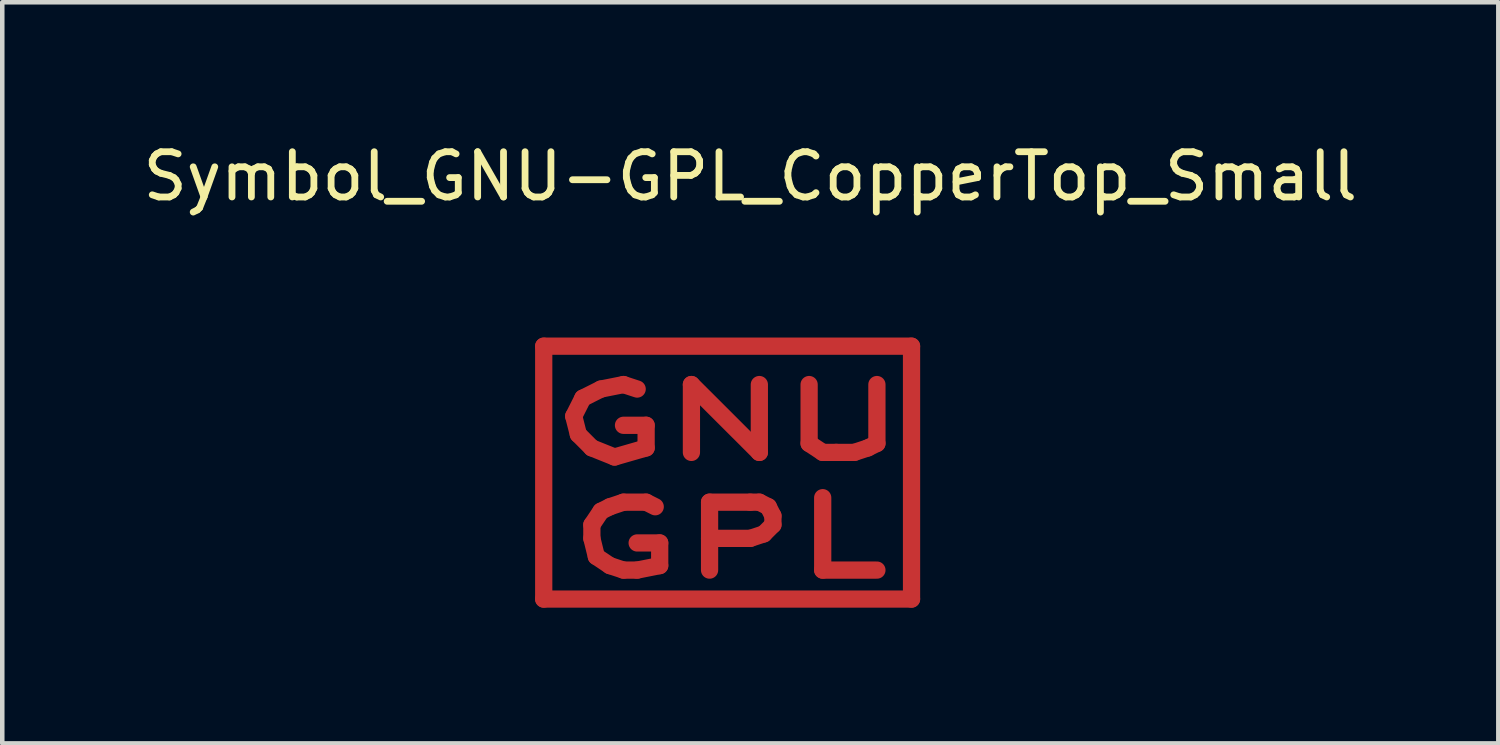
<source format=kicad_pcb>
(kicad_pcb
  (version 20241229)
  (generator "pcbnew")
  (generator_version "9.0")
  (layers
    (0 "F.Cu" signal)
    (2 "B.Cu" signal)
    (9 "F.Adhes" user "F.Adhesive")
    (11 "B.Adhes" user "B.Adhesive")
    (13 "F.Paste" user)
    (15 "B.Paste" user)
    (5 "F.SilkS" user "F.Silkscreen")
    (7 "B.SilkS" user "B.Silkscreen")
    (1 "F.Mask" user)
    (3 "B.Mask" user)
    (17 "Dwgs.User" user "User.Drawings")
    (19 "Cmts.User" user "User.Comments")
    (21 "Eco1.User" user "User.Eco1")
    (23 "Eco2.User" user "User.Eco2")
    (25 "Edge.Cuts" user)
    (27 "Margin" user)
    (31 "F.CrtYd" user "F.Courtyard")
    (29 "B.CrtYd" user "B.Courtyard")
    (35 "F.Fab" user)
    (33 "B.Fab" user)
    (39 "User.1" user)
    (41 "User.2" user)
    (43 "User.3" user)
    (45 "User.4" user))
  (footprint "Symbol_GNU-GPL_CopperTop_Small"
    (layer "F.Cu")
    (at 13.029 7.648)
    (property "Reference" "Symbol_GNU-GPL_CopperTop_Small" (at 0.5 -6.8 0) (layer "F.SilkS") (effects (font (size 1 1) (thickness 0.15))))
    (attr exclude_from_pos_files exclude_from_bom allow_missing_courtyard)
    (fp_line (start -4.064 -3.048) (end 4.064 -3.048) (stroke (width 0.381) (type solid)) (layer "F.Cu"))
    (fp_line (start -4.064 2.54) (end -4.064 -3.048) (stroke (width 0.381) (type solid)) (layer "F.Cu"))
    (fp_line (start -3.401 -1.501) (end -3.299 -1.1) (stroke (width 0.381) (type solid)) (layer "F.Cu"))
    (fp_line (start -3.299 -1.1) (end -3 -0.8) (stroke (width 0.381) (type solid)) (layer "F.Cu"))
    (fp_line (start -3.2 -1.9) (end -3.401 -1.501) (stroke (width 0.381) (type solid)) (layer "F.Cu"))
    (fp_line (start -3 -0.8) (end -2.499 -0.599) (stroke (width 0.381) (type solid)) (layer "F.Cu"))
    (fp_line (start -3 0.899) (end -3 1.199) (stroke (width 0.381) (type solid)) (layer "F.Cu"))
    (fp_line (start -3 1.199) (end -2.901 1.6) (stroke (width 0.381) (type solid)) (layer "F.Cu"))
    (fp_line (start -2.901 1.6) (end -2.601 1.801) (stroke (width 0.381) (type solid)) (layer "F.Cu"))
    (fp_line (start -2.799 -2.101) (end -3.2 -1.9) (stroke (width 0.381) (type solid)) (layer "F.Cu"))
    (fp_line (start -2.799 0.599) (end -3 0.899) (stroke (width 0.381) (type solid)) (layer "F.Cu"))
    (fp_line (start -2.601 0.5) (end -2.799 0.599) (stroke (width 0.381) (type solid)) (layer "F.Cu"))
    (fp_line (start -2.601 1.801) (end -2.301 1.9) (stroke (width 0.381) (type solid)) (layer "F.Cu"))
    (fp_line (start -2.499 -0.599) (end -1.801 -0.8) (stroke (width 0.381) (type solid)) (layer "F.Cu"))
    (fp_line (start -2.301 -2.2) (end -2.799 -2.101) (stroke (width 0.381) (type solid)) (layer "F.Cu"))
    (fp_line (start -2.301 0.399) (end -2.601 0.5) (stroke (width 0.381) (type solid)) (layer "F.Cu"))
    (fp_line (start -2.301 1.9) (end -1.999 1.9) (stroke (width 0.381) (type solid)) (layer "F.Cu"))
    (fp_line (start -1.999 -2.101) (end -2.301 -2.2) (stroke (width 0.381) (type solid)) (layer "F.Cu"))
    (fp_line (start -1.999 1.9) (end -1.501 1.801) (stroke (width 0.381) (type solid)) (layer "F.Cu"))
    (fp_line (start -1.801 -1.3) (end -2.301 -1.3) (stroke (width 0.381) (type solid)) (layer "F.Cu"))
    (fp_line (start -1.801 -0.8) (end -1.801 -1.3) (stroke (width 0.381) (type solid)) (layer "F.Cu"))
    (fp_line (start -1.801 0.399) (end -2.301 0.399) (stroke (width 0.381) (type solid)) (layer "F.Cu"))
    (fp_line (start -1.6 0.5) (end -1.801 0.399) (stroke (width 0.381) (type solid)) (layer "F.Cu"))
    (fp_line (start -1.501 1.3) (end -1.999 1.3) (stroke (width 0.381) (type solid)) (layer "F.Cu"))
    (fp_line (start -1.501 1.801) (end -1.501 1.3) (stroke (width 0.381) (type solid)) (layer "F.Cu"))
    (fp_line (start -0.8 -2.2) (end 0.701 -0.701) (stroke (width 0.381) (type solid)) (layer "F.Cu"))
    (fp_line (start -0.8 -0.701) (end -0.8 -2.2) (stroke (width 0.381) (type solid)) (layer "F.Cu"))
    (fp_line (start -0.399 0.399) (end 0.5 0.399) (stroke (width 0.381) (type solid)) (layer "F.Cu"))
    (fp_line (start -0.399 1.9) (end -0.399 0.399) (stroke (width 0.381) (type solid)) (layer "F.Cu"))
    (fp_line (start 0.5 0.399) (end 0.701 0.399) (stroke (width 0.381) (type solid)) (layer "F.Cu"))
    (fp_line (start 0.5 1.199) (end -0.399 1.199) (stroke (width 0.381) (type solid)) (layer "F.Cu"))
    (fp_line (start 0.701 -0.701) (end 0.701 -2.2) (stroke (width 0.381) (type solid)) (layer "F.Cu"))
    (fp_line (start 0.701 0.399) (end 0.899 0.5) (stroke (width 0.381) (type solid)) (layer "F.Cu"))
    (fp_line (start 0.8 1.1) (end 0.5 1.199) (stroke (width 0.381) (type solid)) (layer "F.Cu"))
    (fp_line (start 0.899 0.5) (end 1.001 0.701) (stroke (width 0.381) (type solid)) (layer "F.Cu"))
    (fp_line (start 1.001 0.701) (end 1.001 0.899) (stroke (width 0.381) (type solid)) (layer "F.Cu"))
    (fp_line (start 1.001 0.899) (end 0.8 1.1) (stroke (width 0.381) (type solid)) (layer "F.Cu"))
    (fp_line (start 1.801 -2.2) (end 1.801 -0.899) (stroke (width 0.381) (type solid)) (layer "F.Cu"))
    (fp_line (start 1.801 -0.899) (end 2.101 -0.701) (stroke (width 0.381) (type solid)) (layer "F.Cu"))
    (fp_line (start 2.101 -0.701) (end 2.4 -0.701) (stroke (width 0.381) (type solid)) (layer "F.Cu"))
    (fp_line (start 2.101 0.3) (end 2.101 1.9) (stroke (width 0.381) (type solid)) (layer "F.Cu"))
    (fp_line (start 2.101 1.9) (end 3.299 1.9) (stroke (width 0.381) (type solid)) (layer "F.Cu"))
    (fp_line (start 2.4 -0.701) (end 2.799 -0.701) (stroke (width 0.381) (type solid)) (layer "F.Cu"))
    (fp_line (start 2.799 -0.701) (end 3.099 -0.8) (stroke (width 0.381) (type solid)) (layer "F.Cu"))
    (fp_line (start 3.099 -0.8) (end 3.299 -0.899) (stroke (width 0.381) (type solid)) (layer "F.Cu"))
    (fp_line (start 3.299 -0.899) (end 3.299 -2.2) (stroke (width 0.381) (type solid)) (layer "F.Cu"))
    (fp_line (start 4.064 -3.048) (end 4.064 2.54) (stroke (width 0.381) (type solid)) (layer "F.Cu"))
    (fp_line (start 4.064 2.54) (end -4.064 2.54) (stroke (width 0.381) (type solid)) (layer "F.Cu")))
  (gr_rect
    (start -3 -3)
    (end 30.06 13.378)
    (stroke (width 0.1) (type default))
    (fill no)
    (layer "Edge.Cuts")))
</source>
